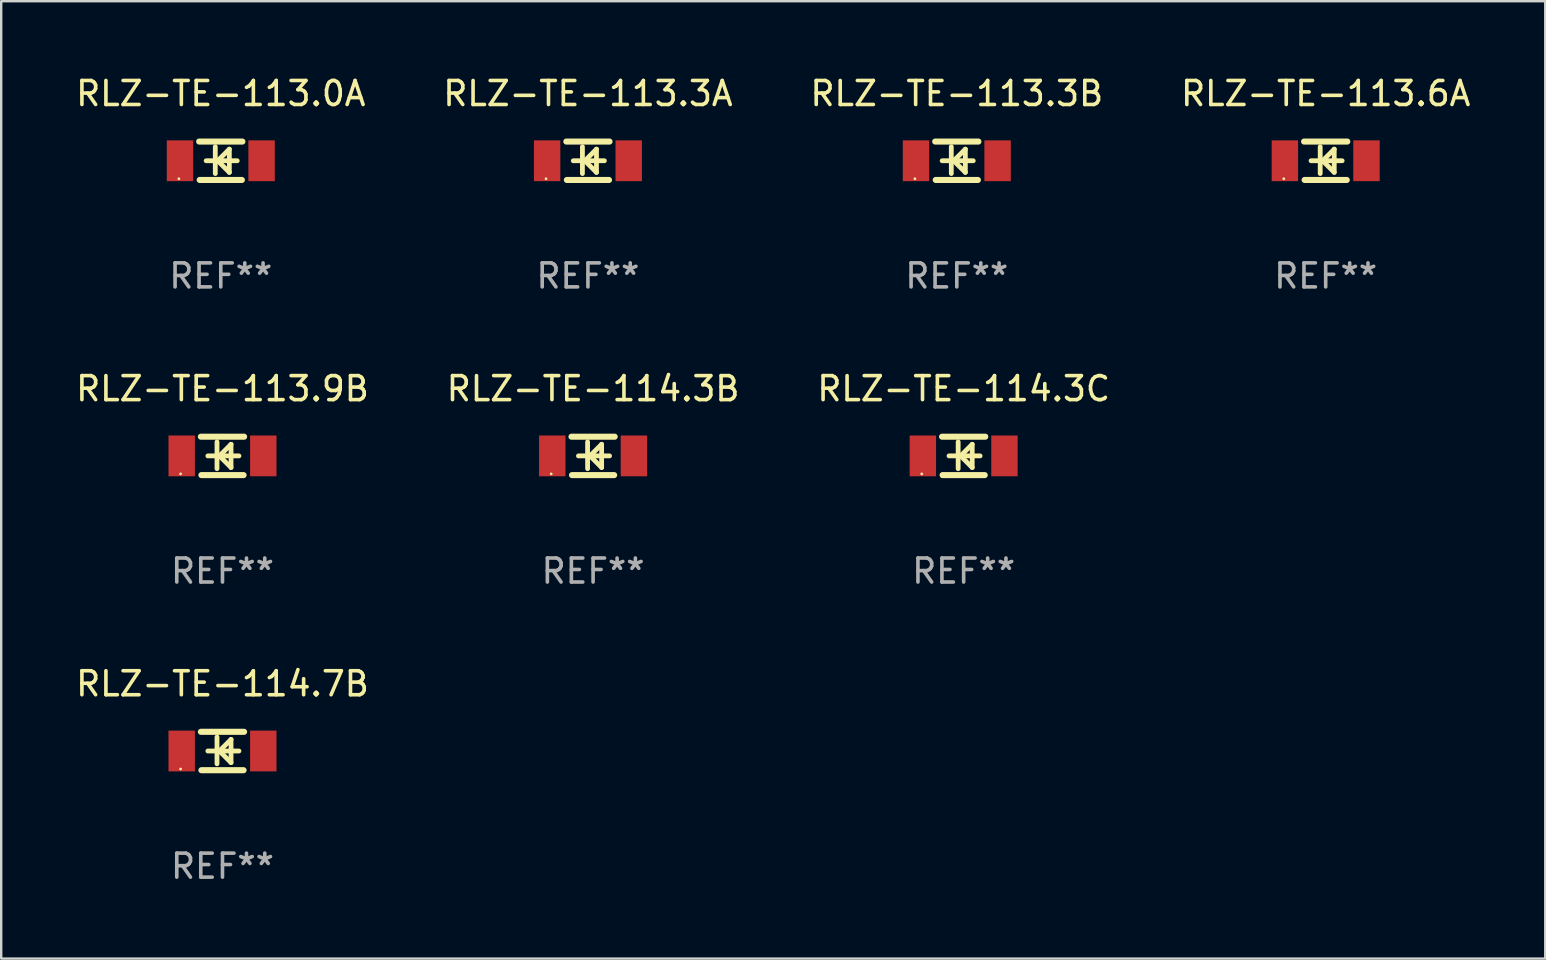
<source format=kicad_pcb>
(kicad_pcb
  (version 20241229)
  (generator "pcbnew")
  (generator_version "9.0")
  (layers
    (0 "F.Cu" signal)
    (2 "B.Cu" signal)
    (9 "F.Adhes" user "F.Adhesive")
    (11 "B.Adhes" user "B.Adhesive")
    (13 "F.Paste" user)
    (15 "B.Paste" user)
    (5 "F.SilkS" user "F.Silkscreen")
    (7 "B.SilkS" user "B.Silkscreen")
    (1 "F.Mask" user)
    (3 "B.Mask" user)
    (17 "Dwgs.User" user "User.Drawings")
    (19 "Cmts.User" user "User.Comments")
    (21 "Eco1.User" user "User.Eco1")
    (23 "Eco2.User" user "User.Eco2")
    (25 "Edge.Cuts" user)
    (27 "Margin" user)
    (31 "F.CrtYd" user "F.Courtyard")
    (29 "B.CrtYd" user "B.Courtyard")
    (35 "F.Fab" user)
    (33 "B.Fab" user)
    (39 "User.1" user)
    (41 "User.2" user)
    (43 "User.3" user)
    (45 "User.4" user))
  (footprint "RLZ-TE-113.9B"
    (layer "F.Cu")
    (at 6.22 15.945)
    (property "Reference" "RLZ-TE-113.9B" (at 0 -2.8 0) (layer "F.SilkS") (effects (font (size 1 1) (thickness 0.15))))
    (attr through_hole)
    (fp_line (start -0.9 -0.8) (end 0.9 -0.8) (stroke (width 0.254) (type solid)) (layer "F.SilkS"))
    (fp_line (start -0.878 0.8) (end 0.878 0.8) (stroke (width 0.254) (type solid)) (layer "F.SilkS"))
    (fp_line (start -0.61 0) (end 0.686 0) (stroke (width 0.2) (type solid)) (layer "F.SilkS"))
    (fp_line (start -0.229 -0.584) (end -0.229 0.533) (stroke (width 0.2) (type solid)) (layer "F.SilkS"))
    (fp_line (start -0.127 0) (end 0.356 -0.483) (stroke (width 0.2) (type solid)) (layer "F.SilkS"))
    (fp_line (start 0.356 -0.483) (end 0.356 0.483) (stroke (width 0.2) (type solid)) (layer "F.SilkS"))
    (fp_line (start 0.356 0.483) (end -0.102 0.025) (stroke (width 0.2) (type solid)) (layer "F.SilkS"))
    (fp_circle (center -1.746 0.75) (end -1.716 0.75) (stroke (width 0.06) (type solid)) (fill no) (layer "F.SilkS"))
    (fp_text user "REF**" (at 0 4.8 0) (layer "F.Fab") (effects (font (size 1 1) (thickness 0.15))))
    (pad "1" smd rect (at -1.7 0 180) (size 1.1 1.7) (layers "F.Cu" "F.Mask" "F.Paste"))
    (pad "2" smd rect (at 1.7 0 180) (size 1.1 1.7) (layers "F.Cu" "F.Mask" "F.Paste")))
  (footprint "RLZ-TE-113.6A"
    (layer "F.Cu")
    (at 52.185 3.648)
    (property "Reference" "RLZ-TE-113.6A" (at 0 -2.8 0) (layer "F.SilkS") (effects (font (size 1 1) (thickness 0.15))))
    (attr through_hole)
    (fp_line (start -0.9 -0.8) (end 0.9 -0.8) (stroke (width 0.254) (type solid)) (layer "F.SilkS"))
    (fp_line (start -0.878 0.8) (end 0.878 0.8) (stroke (width 0.254) (type solid)) (layer "F.SilkS"))
    (fp_line (start -0.61 0) (end 0.686 0) (stroke (width 0.2) (type solid)) (layer "F.SilkS"))
    (fp_line (start -0.229 -0.584) (end -0.229 0.533) (stroke (width 0.2) (type solid)) (layer "F.SilkS"))
    (fp_line (start -0.127 0) (end 0.356 -0.483) (stroke (width 0.2) (type solid)) (layer "F.SilkS"))
    (fp_line (start 0.356 -0.483) (end 0.356 0.483) (stroke (width 0.2) (type solid)) (layer "F.SilkS"))
    (fp_line (start 0.356 0.483) (end -0.102 0.025) (stroke (width 0.2) (type solid)) (layer "F.SilkS"))
    (fp_circle (center -1.746 0.75) (end -1.716 0.75) (stroke (width 0.06) (type solid)) (fill no) (layer "F.SilkS"))
    (fp_text user "REF**" (at 0 4.8 0) (layer "F.Fab") (effects (font (size 1 1) (thickness 0.15))))
    (pad "1" smd rect (at -1.7 0 180) (size 1.1 1.7) (layers "F.Cu" "F.Mask" "F.Paste"))
    (pad "2" smd rect (at 1.7 0 180) (size 1.1 1.7) (layers "F.Cu" "F.Mask" "F.Paste")))
  (footprint "RLZ-TE-114.7B"
    (layer "F.Cu")
    (at 6.22 28.241)
    (property "Reference" "RLZ-TE-114.7B" (at 0 -2.8 0) (layer "F.SilkS") (effects (font (size 1 1) (thickness 0.15))))
    (attr through_hole)
    (fp_line (start -0.9 -0.8) (end 0.9 -0.8) (stroke (width 0.254) (type solid)) (layer "F.SilkS"))
    (fp_line (start -0.878 0.8) (end 0.878 0.8) (stroke (width 0.254) (type solid)) (layer "F.SilkS"))
    (fp_line (start -0.61 0) (end 0.686 0) (stroke (width 0.2) (type solid)) (layer "F.SilkS"))
    (fp_line (start -0.229 -0.584) (end -0.229 0.533) (stroke (width 0.2) (type solid)) (layer "F.SilkS"))
    (fp_line (start -0.127 0) (end 0.356 -0.483) (stroke (width 0.2) (type solid)) (layer "F.SilkS"))
    (fp_line (start 0.356 -0.483) (end 0.356 0.483) (stroke (width 0.2) (type solid)) (layer "F.SilkS"))
    (fp_line (start 0.356 0.483) (end -0.102 0.025) (stroke (width 0.2) (type solid)) (layer "F.SilkS"))
    (fp_circle (center -1.746 0.75) (end -1.716 0.75) (stroke (width 0.06) (type solid)) (fill no) (layer "F.SilkS"))
    (fp_text user "REF**" (at 0 4.8 0) (layer "F.Fab") (effects (font (size 1 1) (thickness 0.15))))
    (pad "1" smd rect (at -1.7 0 180) (size 1.1 1.7) (layers "F.Cu" "F.Mask" "F.Paste"))
    (pad "2" smd rect (at 1.7 0 180) (size 1.1 1.7) (layers "F.Cu" "F.Mask" "F.Paste")))
  (footprint "RLZ-TE-113.3A"
    (layer "F.Cu")
    (at 21.446 3.648)
    (property "Reference" "RLZ-TE-113.3A" (at 0 -2.8 0) (layer "F.SilkS") (effects (font (size 1 1) (thickness 0.15))))
    (attr through_hole)
    (fp_line (start -0.9 -0.8) (end 0.9 -0.8) (stroke (width 0.254) (type solid)) (layer "F.SilkS"))
    (fp_line (start -0.878 0.8) (end 0.878 0.8) (stroke (width 0.254) (type solid)) (layer "F.SilkS"))
    (fp_line (start -0.61 0) (end 0.686 0) (stroke (width 0.2) (type solid)) (layer "F.SilkS"))
    (fp_line (start -0.229 -0.584) (end -0.229 0.533) (stroke (width 0.2) (type solid)) (layer "F.SilkS"))
    (fp_line (start -0.127 0) (end 0.356 -0.483) (stroke (width 0.2) (type solid)) (layer "F.SilkS"))
    (fp_line (start 0.356 -0.483) (end 0.356 0.483) (stroke (width 0.2) (type solid)) (layer "F.SilkS"))
    (fp_line (start 0.356 0.483) (end -0.102 0.025) (stroke (width 0.2) (type solid)) (layer "F.SilkS"))
    (fp_circle (center -1.746 0.75) (end -1.716 0.75) (stroke (width 0.06) (type solid)) (fill no) (layer "F.SilkS"))
    (fp_text user "REF**" (at 0 4.8 0) (layer "F.Fab") (effects (font (size 1 1) (thickness 0.15))))
    (pad "1" smd rect (at -1.7 0 180) (size 1.1 1.7) (layers "F.Cu" "F.Mask" "F.Paste"))
    (pad "2" smd rect (at 1.7 0 180) (size 1.1 1.7) (layers "F.Cu" "F.Mask" "F.Paste")))
  (footprint "RLZ-TE-114.3B"
    (layer "F.Cu")
    (at 21.661 15.945)
    (property "Reference" "RLZ-TE-114.3B" (at 0 -2.8 0) (layer "F.SilkS") (effects (font (size 1 1) (thickness 0.15))))
    (attr through_hole)
    (fp_line (start -0.9 -0.8) (end 0.9 -0.8) (stroke (width 0.254) (type solid)) (layer "F.SilkS"))
    (fp_line (start -0.878 0.8) (end 0.878 0.8) (stroke (width 0.254) (type solid)) (layer "F.SilkS"))
    (fp_line (start -0.61 0) (end 0.686 0) (stroke (width 0.2) (type solid)) (layer "F.SilkS"))
    (fp_line (start -0.229 -0.584) (end -0.229 0.533) (stroke (width 0.2) (type solid)) (layer "F.SilkS"))
    (fp_line (start -0.127 0) (end 0.356 -0.483) (stroke (width 0.2) (type solid)) (layer "F.SilkS"))
    (fp_line (start 0.356 -0.483) (end 0.356 0.483) (stroke (width 0.2) (type solid)) (layer "F.SilkS"))
    (fp_line (start 0.356 0.483) (end -0.102 0.025) (stroke (width 0.2) (type solid)) (layer "F.SilkS"))
    (fp_circle (center -1.746 0.75) (end -1.716 0.75) (stroke (width 0.06) (type solid)) (fill no) (layer "F.SilkS"))
    (fp_text user "REF**" (at 0 4.8 0) (layer "F.Fab") (effects (font (size 1 1) (thickness 0.15))))
    (pad "1" smd rect (at -1.7 0 180) (size 1.1 1.7) (layers "F.Cu" "F.Mask" "F.Paste"))
    (pad "2" smd rect (at 1.7 0 180) (size 1.1 1.7) (layers "F.Cu" "F.Mask" "F.Paste")))
  (footprint "RLZ-TE-113.3B"
    (layer "F.Cu")
    (at 36.815 3.648)
    (property "Reference" "RLZ-TE-113.3B" (at 0 -2.8 0) (layer "F.SilkS") (effects (font (size 1 1) (thickness 0.15))))
    (attr through_hole)
    (fp_line (start -0.9 -0.8) (end 0.9 -0.8) (stroke (width 0.254) (type solid)) (layer "F.SilkS"))
    (fp_line (start -0.878 0.8) (end 0.878 0.8) (stroke (width 0.254) (type solid)) (layer "F.SilkS"))
    (fp_line (start -0.61 0) (end 0.686 0) (stroke (width 0.2) (type solid)) (layer "F.SilkS"))
    (fp_line (start -0.229 -0.584) (end -0.229 0.533) (stroke (width 0.2) (type solid)) (layer "F.SilkS"))
    (fp_line (start -0.127 0) (end 0.356 -0.483) (stroke (width 0.2) (type solid)) (layer "F.SilkS"))
    (fp_line (start 0.356 -0.483) (end 0.356 0.483) (stroke (width 0.2) (type solid)) (layer "F.SilkS"))
    (fp_line (start 0.356 0.483) (end -0.102 0.025) (stroke (width 0.2) (type solid)) (layer "F.SilkS"))
    (fp_circle (center -1.746 0.75) (end -1.716 0.75) (stroke (width 0.06) (type solid)) (fill no) (layer "F.SilkS"))
    (fp_text user "REF**" (at 0 4.8 0) (layer "F.Fab") (effects (font (size 1 1) (thickness 0.15))))
    (pad "1" smd rect (at -1.7 0 180) (size 1.1 1.7) (layers "F.Cu" "F.Mask" "F.Paste"))
    (pad "2" smd rect (at 1.7 0 180) (size 1.1 1.7) (layers "F.Cu" "F.Mask" "F.Paste")))
  (footprint "RLZ-TE-114.3C"
    (layer "F.Cu")
    (at 37.101 15.945)
    (property "Reference" "RLZ-TE-114.3C" (at 0 -2.8 0) (layer "F.SilkS") (effects (font (size 1 1) (thickness 0.15))))
    (attr through_hole)
    (fp_line (start -0.9 -0.8) (end 0.9 -0.8) (stroke (width 0.254) (type solid)) (layer "F.SilkS"))
    (fp_line (start -0.878 0.8) (end 0.878 0.8) (stroke (width 0.254) (type solid)) (layer "F.SilkS"))
    (fp_line (start -0.61 0) (end 0.686 0) (stroke (width 0.2) (type solid)) (layer "F.SilkS"))
    (fp_line (start -0.229 -0.584) (end -0.229 0.533) (stroke (width 0.2) (type solid)) (layer "F.SilkS"))
    (fp_line (start -0.127 0) (end 0.356 -0.483) (stroke (width 0.2) (type solid)) (layer "F.SilkS"))
    (fp_line (start 0.356 -0.483) (end 0.356 0.483) (stroke (width 0.2) (type solid)) (layer "F.SilkS"))
    (fp_line (start 0.356 0.483) (end -0.102 0.025) (stroke (width 0.2) (type solid)) (layer "F.SilkS"))
    (fp_circle (center -1.746 0.75) (end -1.716 0.75) (stroke (width 0.06) (type solid)) (fill no) (layer "F.SilkS"))
    (fp_text user "REF**" (at 0 4.8 0) (layer "F.Fab") (effects (font (size 1 1) (thickness 0.15))))
    (pad "1" smd rect (at -1.7 0 180) (size 1.1 1.7) (layers "F.Cu" "F.Mask" "F.Paste"))
    (pad "2" smd rect (at 1.7 0 180) (size 1.1 1.7) (layers "F.Cu" "F.Mask" "F.Paste")))
  (footprint "RLZ-TE-113.0A"
    (layer "F.Cu")
    (at 6.149 3.648)
    (property "Reference" "RLZ-TE-113.0A" (at 0 -2.8 0) (layer "F.SilkS") (effects (font (size 1 1) (thickness 0.15))))
    (attr through_hole)
    (fp_line (start -0.9 -0.8) (end 0.9 -0.8) (stroke (width 0.254) (type solid)) (layer "F.SilkS"))
    (fp_line (start -0.878 0.8) (end 0.878 0.8) (stroke (width 0.254) (type solid)) (layer "F.SilkS"))
    (fp_line (start -0.61 0) (end 0.686 0) (stroke (width 0.2) (type solid)) (layer "F.SilkS"))
    (fp_line (start -0.229 -0.584) (end -0.229 0.533) (stroke (width 0.2) (type solid)) (layer "F.SilkS"))
    (fp_line (start -0.127 0) (end 0.356 -0.483) (stroke (width 0.2) (type solid)) (layer "F.SilkS"))
    (fp_line (start 0.356 -0.483) (end 0.356 0.483) (stroke (width 0.2) (type solid)) (layer "F.SilkS"))
    (fp_line (start 0.356 0.483) (end -0.102 0.025) (stroke (width 0.2) (type solid)) (layer "F.SilkS"))
    (fp_circle (center -1.746 0.75) (end -1.716 0.75) (stroke (width 0.06) (type solid)) (fill no) (layer "F.SilkS"))
    (fp_text user "REF**" (at 0 4.8 0) (layer "F.Fab") (effects (font (size 1 1) (thickness 0.15))))
    (pad "1" smd rect (at -1.7 0 180) (size 1.1 1.7) (layers "F.Cu" "F.Mask" "F.Paste"))
    (pad "2" smd rect (at 1.7 0 180) (size 1.1 1.7) (layers "F.Cu" "F.Mask" "F.Paste")))
  (gr_rect
    (start -3 -3)
    (end 61.333 36.889)
    (stroke (width 0.1) (type default))
    (fill no)
    (layer "Edge.Cuts")))
</source>
